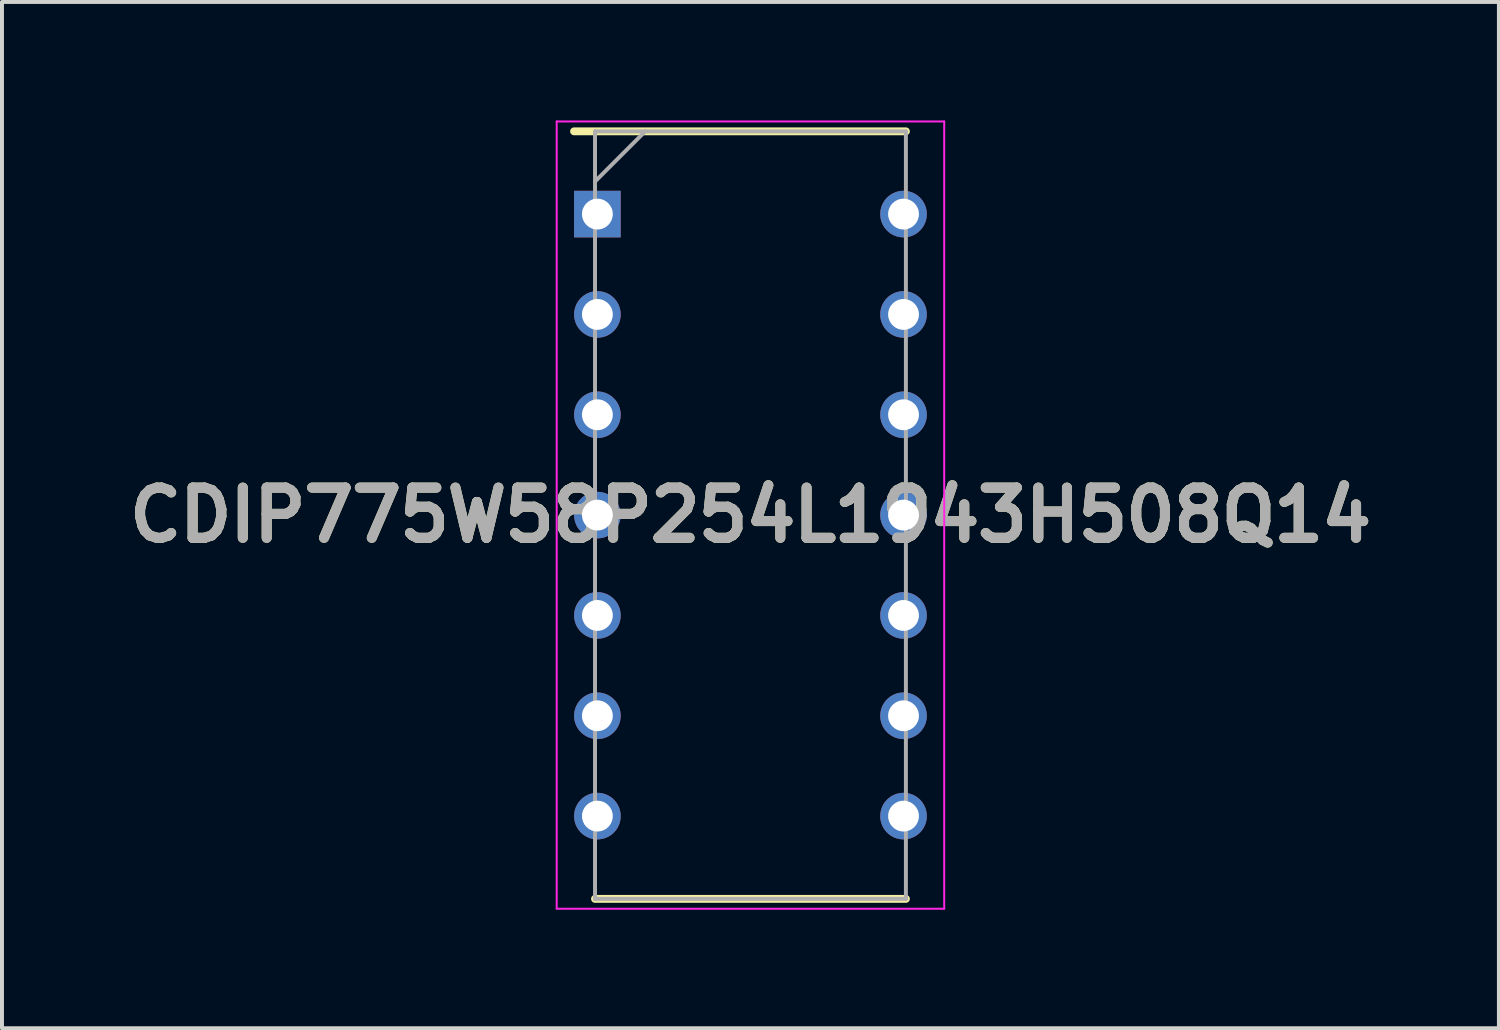
<source format=kicad_pcb>
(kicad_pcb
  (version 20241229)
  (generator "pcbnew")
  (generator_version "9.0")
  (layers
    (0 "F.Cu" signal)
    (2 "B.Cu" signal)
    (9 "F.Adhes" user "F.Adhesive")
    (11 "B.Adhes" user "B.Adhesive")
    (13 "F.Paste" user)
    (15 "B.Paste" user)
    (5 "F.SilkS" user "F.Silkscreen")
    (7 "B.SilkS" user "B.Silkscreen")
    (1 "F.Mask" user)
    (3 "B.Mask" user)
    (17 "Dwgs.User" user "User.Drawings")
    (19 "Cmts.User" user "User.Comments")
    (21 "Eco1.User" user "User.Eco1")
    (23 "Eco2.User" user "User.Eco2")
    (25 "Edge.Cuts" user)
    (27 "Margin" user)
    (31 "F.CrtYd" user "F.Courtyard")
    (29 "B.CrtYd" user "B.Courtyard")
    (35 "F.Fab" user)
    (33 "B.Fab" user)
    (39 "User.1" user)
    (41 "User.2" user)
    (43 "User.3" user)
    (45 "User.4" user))
  (footprint "CDIP775W58P254L1943H508Q14"
    (layer "F.Cu")
    (at 15.948 9.99)
    (property "Reference" "CDIP775W58P254L1943H508Q14" (at 0 0 0) (layer "F.SilkS") (effects (font (size 1.27 1.27) (thickness 0.254))))
    (attr through_hole)
    (fp_line (start -4.465 -9.715) (end 3.935 -9.715) (stroke (width 0.2) (type solid)) (layer "F.SilkS"))
    (fp_line (start -3.935 9.715) (end 3.935 9.715) (stroke (width 0.2) (type solid)) (layer "F.SilkS"))
    (fp_line (start -4.905 -9.965) (end 4.905 -9.965) (stroke (width 0.05) (type solid)) (layer "F.CrtYd"))
    (fp_line (start -4.905 9.965) (end -4.905 -9.965) (stroke (width 0.05) (type solid)) (layer "F.CrtYd"))
    (fp_line (start 4.905 -9.965) (end 4.905 9.965) (stroke (width 0.05) (type solid)) (layer "F.CrtYd"))
    (fp_line (start 4.905 9.965) (end -4.905 9.965) (stroke (width 0.05) (type solid)) (layer "F.CrtYd"))
    (fp_line (start -3.935 -9.715) (end 3.935 -9.715) (stroke (width 0.1) (type solid)) (layer "F.Fab"))
    (fp_line (start -3.935 -8.445) (end -2.665 -9.715) (stroke (width 0.1) (type solid)) (layer "F.Fab"))
    (fp_line (start -3.935 9.715) (end -3.935 -9.715) (stroke (width 0.1) (type solid)) (layer "F.Fab"))
    (fp_line (start 3.935 -9.715) (end 3.935 9.715) (stroke (width 0.1) (type solid)) (layer "F.Fab"))
    (fp_line (start 3.935 9.715) (end -3.935 9.715) (stroke (width 0.1) (type solid)) (layer "F.Fab"))
    (fp_text user "${REFERENCE}" (at 0 0 0) (layer "F.Fab") (effects (font (size 1.27 1.27) (thickness 0.254))))
    (pad "1" thru_hole rect (at -3.875 -7.62) (size 1.18 1.18) (drill 0.78) (layers "*.Cu" "*.Mask"))
    (pad "2" thru_hole circle (at -3.875 -5.08) (size 1.18 1.18) (drill 0.78) (layers "*.Cu" "*.Mask"))
    (pad "3" thru_hole circle (at -3.875 -2.54) (size 1.18 1.18) (drill 0.78) (layers "*.Cu" "*.Mask"))
    (pad "4" thru_hole circle (at -3.875 0) (size 1.18 1.18) (drill 0.78) (layers "*.Cu" "*.Mask"))
    (pad "5" thru_hole circle (at -3.875 2.54) (size 1.18 1.18) (drill 0.78) (layers "*.Cu" "*.Mask"))
    (pad "6" thru_hole circle (at -3.875 5.08) (size 1.18 1.18) (drill 0.78) (layers "*.Cu" "*.Mask"))
    (pad "7" thru_hole circle (at -3.875 7.62) (size 1.18 1.18) (drill 0.78) (layers "*.Cu" "*.Mask"))
    (pad "8" thru_hole circle (at 3.875 7.62) (size 1.18 1.18) (drill 0.78) (layers "*.Cu" "*.Mask"))
    (pad "9" thru_hole circle (at 3.875 5.08) (size 1.18 1.18) (drill 0.78) (layers "*.Cu" "*.Mask"))
    (pad "10" thru_hole circle (at 3.875 2.54) (size 1.18 1.18) (drill 0.78) (layers "*.Cu" "*.Mask"))
    (pad "11" thru_hole circle (at 3.875 0) (size 1.18 1.18) (drill 0.78) (layers "*.Cu" "*.Mask"))
    (pad "12" thru_hole circle (at 3.875 -2.54) (size 1.18 1.18) (drill 0.78) (layers "*.Cu" "*.Mask"))
    (pad "13" thru_hole circle (at 3.875 -5.08) (size 1.18 1.18) (drill 0.78) (layers "*.Cu" "*.Mask"))
    (pad "14" thru_hole circle (at 3.875 -7.62) (size 1.18 1.18) (drill 0.78) (layers "*.Cu" "*.Mask")))
  (gr_rect
    (start -3 -3)
    (end 34.895 22.98)
    (stroke (width 0.1) (type default))
    (fill no)
    (layer "Edge.Cuts")))
</source>
